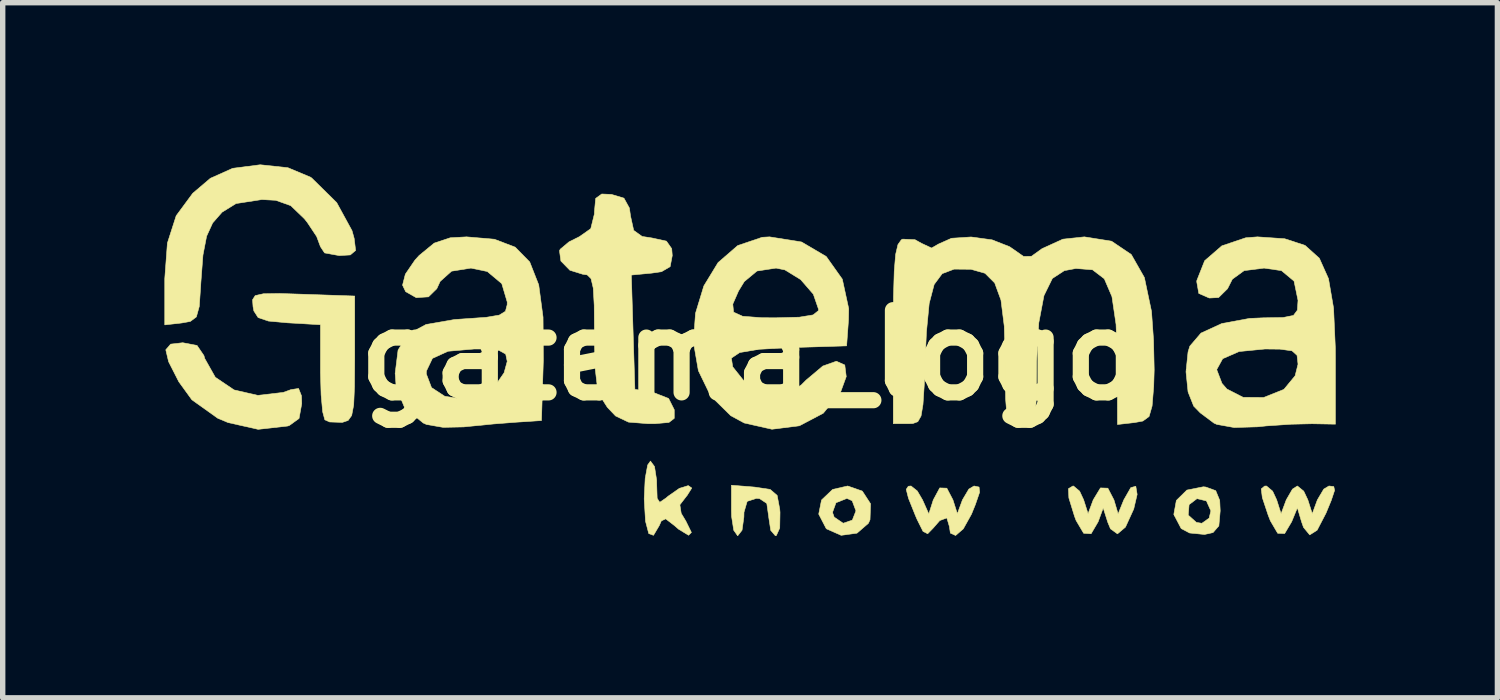
<source format=kicad_pcb>
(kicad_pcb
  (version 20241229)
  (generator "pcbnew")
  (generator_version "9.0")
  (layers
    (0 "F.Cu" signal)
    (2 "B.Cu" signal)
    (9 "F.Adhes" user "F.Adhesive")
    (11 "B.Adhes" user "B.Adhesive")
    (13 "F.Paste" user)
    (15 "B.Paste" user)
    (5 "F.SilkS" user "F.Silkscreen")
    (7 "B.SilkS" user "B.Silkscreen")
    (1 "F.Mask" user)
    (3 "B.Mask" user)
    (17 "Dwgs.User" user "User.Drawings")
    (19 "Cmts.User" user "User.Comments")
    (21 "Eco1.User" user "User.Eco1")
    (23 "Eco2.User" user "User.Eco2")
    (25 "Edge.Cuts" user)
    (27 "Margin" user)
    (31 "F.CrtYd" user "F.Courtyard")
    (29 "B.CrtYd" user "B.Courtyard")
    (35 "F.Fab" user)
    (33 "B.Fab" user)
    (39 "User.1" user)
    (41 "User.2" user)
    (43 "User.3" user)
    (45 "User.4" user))
  (footprint "gatema_logo"
    (layer "F.Cu")
    (at 10.858 3.536)
    (property "Reference" "gatema_logo" (at 0 0 0) (layer "F.SilkS") (effects (font (size 1.524 1.524) (thickness 0.3))))
    (attr through_hole)
    (fp_poly (pts (xy -10.255 -0.181) (xy -10.127 0.007) (xy -10.112 0.061) (xy -9.916 0.409) (xy -9.568 0.644) (xy -9.128 0.745) (xy -8.655 0.69) (xy -8.515 0.639) (xy -8.372 0.617) (xy -8.318 0.753) (xy -8.313 0.898) (xy -8.363 1.173) (xy -8.544 1.304) (xy -8.572 1.313) (xy -9.121 1.375) (xy -9.68 1.249) (xy -9.871 1.169) (xy -10.35 0.827) (xy -10.593 0.492) (xy -10.782 0.12) (xy -10.834 -0.1) (xy -10.744 -0.205) (xy -10.519 -0.231) (xy -10.255 -0.181)) (stroke (width 0.01) (type solid)) (fill yes) (layer "F.SilkS"))
    (fp_poly (pts (xy 2.081 2.52) (xy 2.234 2.755) (xy 2.224 3.05) (xy 2.194 3.117) (xy 1.982 3.3) (xy 1.689 3.34) (xy 1.421 3.222) (xy 1.409 3.21) (xy 1.273 2.947) (xy 1.279 2.915) (xy 1.528 2.915) (xy 1.559 3.002) (xy 1.726 3.116) (xy 1.896 3.058) (xy 1.963 2.886) (xy 1.893 2.699) (xy 1.796 2.655) (xy 1.593 2.736) (xy 1.528 2.915) (xy 1.279 2.915) (xy 1.325 2.685) (xy 1.531 2.489) (xy 1.809 2.425) (xy 2.081 2.52)) (stroke (width 0.01) (type solid)) (fill yes) (layer "F.SilkS"))
    (fp_poly (pts (xy 0.087 2.446) (xy 0.372 2.489) (xy 0.502 2.6) (xy 0.55 2.856) (xy 0.555 2.915) (xy 0.55 3.204) (xy 0.487 3.344) (xy 0.469 3.348) (xy 0.383 3.248) (xy 0.346 3.006) (xy 0.346 3.002) (xy 0.31 2.748) (xy 0.175 2.659) (xy 0.115 2.655) (xy -0.054 2.71) (xy -0.113 2.912) (xy -0.115 3.002) (xy -0.149 3.245) (xy -0.229 3.348) (xy -0.231 3.348) (xy -0.303 3.246) (xy -0.343 2.989) (xy -0.346 2.879) (xy -0.346 2.411) (xy 0.087 2.446)) (stroke (width 0.01) (type solid)) (fill yes) (layer "F.SilkS"))
    (fp_poly (pts (xy 8.451 2.445) (xy 8.634 2.512) (xy 8.708 2.692) (xy 8.717 2.886) (xy 8.692 3.165) (xy 8.584 3.289) (xy 8.427 3.324) (xy 8.15 3.297) (xy 7.994 3.215) (xy 7.863 2.965) (xy 8.124 2.965) (xy 8.275 3.1) (xy 8.377 3.117) (xy 8.512 3.021) (xy 8.544 2.886) (xy 8.461 2.701) (xy 8.286 2.66) (xy 8.14 2.771) (xy 8.124 2.965) (xy 7.863 2.965) (xy 7.857 2.952) (xy 7.904 2.693) (xy 8.099 2.501) (xy 8.405 2.44) (xy 8.451 2.445)) (stroke (width 0.01) (type solid)) (fill yes) (layer "F.SilkS"))
    (fp_poly (pts (xy -8.293 -1.13) (xy -7.331 -1.097) (xy -7.331 0.058) (xy -7.335 0.584) (xy -7.35 0.923) (xy -7.387 1.117) (xy -7.453 1.21) (xy -7.557 1.245) (xy -7.567 1.246) (xy -7.796 1.238) (xy -7.885 1.198) (xy -7.925 1.05) (xy -7.954 0.736) (xy -7.966 0.321) (xy -7.966 0.275) (xy -7.966 -0.565) (xy -8.572 -0.6) (xy -8.932 -0.633) (xy -9.122 -0.698) (xy -9.201 -0.821) (xy -9.216 -0.9) (xy -9.225 -1.028) (xy -9.176 -1.105) (xy -9.025 -1.139) (xy -8.728 -1.144) (xy -8.293 -1.13)) (stroke (width 0.01) (type solid)) (fill yes) (layer "F.SilkS"))
    (fp_poly (pts (xy 6.11 2.521) (xy 6.185 2.682) (xy 6.267 2.94) (xy 6.363 2.682) (xy 6.497 2.461) (xy 6.634 2.466) (xy 6.747 2.684) (xy 6.824 2.944) (xy 6.929 2.684) (xy 7.059 2.456) (xy 7.152 2.43) (xy 7.177 2.581) (xy 7.114 2.851) (xy 6.96 3.188) (xy 6.812 3.313) (xy 6.683 3.22) (xy 6.632 3.097) (xy 6.548 2.832) (xy 6.453 3.09) (xy 6.323 3.311) (xy 6.185 3.302) (xy 6.045 3.065) (xy 6.015 2.985) (xy 5.911 2.647) (xy 5.903 2.475) (xy 5.987 2.425) (xy 5.996 2.425) (xy 6.11 2.521)) (stroke (width 0.01) (type solid)) (fill yes) (layer "F.SilkS"))
    (fp_poly (pts (xy -1.772 2.065) (xy -1.733 2.316) (xy -1.732 2.385) (xy -1.723 2.654) (xy -1.675 2.728) (xy -1.554 2.645) (xy -1.521 2.616) (xy -1.311 2.469) (xy -1.146 2.418) (xy -1.081 2.463) (xy -1.169 2.603) (xy -1.179 2.614) (xy -1.302 2.774) (xy -1.277 2.933) (xy -1.191 3.076) (xy -1.088 3.286) (xy -1.14 3.339) (xy -1.326 3.226) (xy -1.403 3.159) (xy -1.565 3.034) (xy -1.646 3.073) (xy -1.684 3.159) (xy -1.791 3.34) (xy -1.879 3.307) (xy -1.939 3.078) (xy -1.963 2.67) (xy -1.963 2.655) (xy -1.945 2.286) (xy -1.899 2.036) (xy -1.847 1.963) (xy -1.772 2.065)) (stroke (width 0.01) (type solid)) (fill yes) (layer "F.SilkS"))
    (fp_poly (pts (xy 4.246 2.445) (xy 4.256 2.541) (xy 4.178 2.768) (xy 4.105 2.948) (xy 3.954 3.219) (xy 3.811 3.343) (xy 3.714 3.299) (xy 3.695 3.175) (xy 3.648 3.017) (xy 3.517 3.066) (xy 3.397 3.204) (xy 3.293 3.311) (xy 3.207 3.267) (xy 3.095 3.042) (xy 3.067 2.977) (xy 2.937 2.653) (xy 2.895 2.488) (xy 2.934 2.43) (xy 2.984 2.425) (xy 3.1 2.517) (xy 3.198 2.684) (xy 3.314 2.944) (xy 3.397 2.684) (xy 3.517 2.461) (xy 3.648 2.466) (xy 3.761 2.682) (xy 3.843 2.94) (xy 3.938 2.682) (xy 4.056 2.483) (xy 4.153 2.425) (xy 4.246 2.445)) (stroke (width 0.01) (type solid)) (fill yes) (layer "F.SilkS"))
    (fp_poly (pts (xy 10.823 2.436) (xy 10.838 2.507) (xy 10.775 2.695) (xy 10.678 2.93) (xy 10.514 3.245) (xy 10.377 3.332) (xy 10.262 3.193) (xy 10.225 3.088) (xy 10.148 2.829) (xy 10.042 3.088) (xy 9.912 3.307) (xy 9.783 3.302) (xy 9.647 3.07) (xy 9.606 2.965) (xy 9.498 2.641) (xy 9.478 2.479) (xy 9.541 2.427) (xy 9.575 2.425) (xy 9.689 2.521) (xy 9.764 2.682) (xy 9.846 2.94) (xy 9.942 2.682) (xy 10.057 2.483) (xy 10.148 2.425) (xy 10.266 2.521) (xy 10.342 2.682) (xy 10.424 2.94) (xy 10.519 2.682) (xy 10.637 2.483) (xy 10.734 2.425) (xy 10.823 2.436)) (stroke (width 0.01) (type solid)) (fill yes) (layer "F.SilkS"))
    (fp_poly (pts (xy -8.569 -3.476) (xy -8.149 -3.3) (xy -8.126 -3.283) (xy -7.665 -2.829) (xy -7.381 -2.309) (xy -7.341 -2.165) (xy -7.314 -1.942) (xy -7.413 -1.859) (xy -7.618 -1.847) (xy -7.889 -1.896) (xy -7.966 -2.012) (xy -8.036 -2.2) (xy -8.21 -2.462) (xy -8.265 -2.531) (xy -8.517 -2.773) (xy -8.795 -2.872) (xy -9.052 -2.886) (xy -9.531 -2.812) (xy -9.79 -2.652) (xy -9.965 -2.452) (xy -10.077 -2.207) (xy -10.145 -1.856) (xy -10.184 -1.34) (xy -10.188 -1.27) (xy -10.213 -0.905) (xy -10.267 -0.71) (xy -10.379 -0.626) (xy -10.535 -0.598) (xy -10.853 -0.562) (xy -10.853 -1.418) (xy -10.804 -2.079) (xy -10.641 -2.586) (xy -10.334 -3.002) (xy -10.007 -3.28) (xy -9.594 -3.465) (xy -9.083 -3.531) (xy -8.569 -3.476)) (stroke (width 0.01) (type solid)) (fill yes) (layer "F.SilkS"))
    (fp_poly (pts (xy -2.569 -2.981) (xy -2.339 -2.912) (xy -2.238 -2.729) (xy -2.216 -2.576) (xy -2.158 -2.314) (xy -2.002 -2.202) (xy -1.812 -2.172) (xy -1.551 -2.115) (xy -1.453 -1.975) (xy -1.443 -1.847) (xy -1.482 -1.642) (xy -1.643 -1.548) (xy -1.823 -1.522) (xy -2.202 -1.486) (xy -2.169 -0.426) (xy -2.136 0.633) (xy -1.79 0.693) (xy -1.511 0.802) (xy -1.406 1.011) (xy -1.406 1.171) (xy -1.505 1.247) (xy -1.758 1.269) (xy -1.889 1.27) (xy -2.255 1.241) (xy -2.494 1.127) (xy -2.647 0.966) (xy -2.763 0.784) (xy -2.835 0.561) (xy -2.873 0.24) (xy -2.886 -0.237) (xy -2.886 -0.42) (xy -2.89 -0.926) (xy -2.908 -1.245) (xy -2.949 -1.419) (xy -3.02 -1.489) (xy -3.103 -1.501) (xy -3.341 -1.575) (xy -3.508 -1.746) (xy -3.534 -1.937) (xy -3.52 -1.965) (xy -3.358 -2.101) (xy -3.164 -2.198) (xy -2.954 -2.346) (xy -2.887 -2.617) (xy -2.886 -2.66) (xy -2.863 -2.907) (xy -2.75 -2.989) (xy -2.569 -2.981)) (stroke (width 0.01) (type solid)) (fill yes) (layer "F.SilkS"))
    (fp_poly (pts (xy 0.955 -2.099) (xy 1.412 -1.83) (xy 1.71 -1.41) (xy 1.829 -0.862) (xy 1.825 -0.657) (xy 1.79 -0.173) (xy 0.722 -0.14) (xy 0.158 -0.109) (xy -0.193 -0.049) (xy -0.347 0.054) (xy -0.322 0.216) (xy -0.136 0.45) (xy -0.063 0.525) (xy 0.275 0.76) (xy 0.607 0.769) (xy 0.95 0.551) (xy 1.039 0.462) (xy 1.349 0.201) (xy 1.6 0.112) (xy 1.756 0.182) (xy 1.783 0.397) (xy 1.677 0.687) (xy 1.357 1.076) (xy 0.914 1.309) (xy 0.406 1.373) (xy -0.109 1.257) (xy -0.358 1.122) (xy -0.732 0.754) (xy -0.959 0.286) (xy -1.05 -0.239) (xy -1.012 -0.777) (xy -0.96 -0.947) (xy -0.321 -0.947) (xy -0.306 -0.798) (xy -0.139 -0.722) (xy 0.212 -0.695) (xy 0.462 -0.693) (xy 0.913 -0.705) (xy 1.169 -0.747) (xy 1.266 -0.825) (xy 1.27 -0.85) (xy 1.173 -1.131) (xy 0.938 -1.402) (xy 0.645 -1.582) (xy 0.482 -1.615) (xy 0.128 -1.561) (xy -0.108 -1.365) (xy -0.214 -1.191) (xy -0.321 -0.947) (xy -0.96 -0.947) (xy -0.857 -1.285) (xy -0.593 -1.718) (xy -0.229 -2.033) (xy 0.223 -2.186) (xy 0.361 -2.194) (xy 0.955 -2.099)) (stroke (width 0.01) (type solid)) (fill yes) (layer "F.SilkS"))
    (fp_poly (pts (xy -4.74 -2.15) (xy -4.355 -2.003) (xy -4.086 -1.729) (xy -3.919 -1.304) (xy -3.839 -0.705) (xy -3.833 0.093) (xy -3.835 0.144) (xy -3.868 1.212) (xy -4.33 1.242) (xy -4.756 1.275) (xy -5.223 1.321) (xy -5.311 1.33) (xy -5.691 1.338) (xy -5.999 1.285) (xy -6.061 1.257) (xy -6.405 0.974) (xy -6.562 0.595) (xy -6.58 0.346) (xy -6.004 0.346) (xy -5.907 0.601) (xy -5.662 0.761) (xy -5.336 0.814) (xy -4.995 0.747) (xy -4.734 0.577) (xy -4.561 0.326) (xy -4.503 0.115) (xy -4.531 -0.02) (xy -4.654 -0.089) (xy -4.927 -0.114) (xy -5.115 -0.115) (xy -5.601 -0.073) (xy -5.89 0.059) (xy -6.001 0.292) (xy -6.004 0.346) (xy -6.58 0.346) (xy -6.581 0.337) (xy -6.527 -0.095) (xy -6.345 -0.389) (xy -6.007 -0.57) (xy -5.482 -0.661) (xy -5.325 -0.672) (xy -4.897 -0.702) (xy -4.651 -0.743) (xy -4.536 -0.814) (xy -4.504 -0.935) (xy -4.503 -0.986) (xy -4.604 -1.327) (xy -4.873 -1.552) (xy -5.175 -1.615) (xy -5.535 -1.558) (xy -5.747 -1.368) (xy -5.809 -1.233) (xy -5.963 -1.082) (xy -6.19 -1.067) (xy -6.386 -1.178) (xy -6.444 -1.299) (xy -6.392 -1.502) (xy -6.214 -1.763) (xy -6.137 -1.848) (xy -5.857 -2.078) (xy -5.56 -2.177) (xy -5.256 -2.194) (xy -4.74 -2.15)) (stroke (width 0.01) (type solid)) (fill yes) (layer "F.SilkS"))
    (fp_poly (pts (xy 9.914 -2.159) (xy 10.29 -2.036) (xy 10.555 -1.798) (xy 10.725 -1.419) (xy 10.819 -0.872) (xy 10.852 -0.13) (xy 10.853 0.059) (xy 10.853 1.279) (xy 10.42 1.271) (xy 10.032 1.28) (xy 9.572 1.311) (xy 9.41 1.328) (xy 8.976 1.341) (xy 8.654 1.283) (xy 8.601 1.259) (xy 8.347 1.069) (xy 8.226 0.945) (xy 8.121 0.681) (xy 8.083 0.308) (xy 8.087 0.267) (xy 8.652 0.267) (xy 8.75 0.523) (xy 8.841 0.627) (xy 9.141 0.781) (xy 9.523 0.784) (xy 9.891 0.637) (xy 9.903 0.628) (xy 10.106 0.382) (xy 10.16 0.167) (xy 10.142 0.003) (xy 10.049 -0.081) (xy 9.824 -0.112) (xy 9.548 -0.115) (xy 9.067 -0.068) (xy 8.763 0.065) (xy 8.652 0.267) (xy 8.087 0.267) (xy 8.121 -0.061) (xy 8.154 -0.168) (xy 8.361 -0.41) (xy 8.747 -0.587) (xy 9.261 -0.682) (xy 9.519 -0.693) (xy 9.884 -0.699) (xy 10.075 -0.737) (xy 10.148 -0.835) (xy 10.16 -1.016) (xy 10.086 -1.374) (xy 9.853 -1.568) (xy 9.531 -1.615) (xy 9.16 -1.568) (xy 8.942 -1.409) (xy 8.853 -1.233) (xy 8.687 -1.069) (xy 8.515 -1.06) (xy 8.32 -1.145) (xy 8.282 -1.362) (xy 8.284 -1.386) (xy 8.429 -1.752) (xy 8.748 -2.028) (xy 9.19 -2.177) (xy 9.408 -2.194) (xy 9.914 -2.159)) (stroke (width 0.01) (type solid)) (fill yes) (layer "F.SilkS"))
    (fp_poly (pts (xy 6.702 -2.114) (xy 7.068 -1.867) (xy 7.311 -1.44) (xy 7.442 -0.817) (xy 7.444 -0.8) (xy 7.481 -0.276) (xy 7.493 0.273) (xy 7.484 0.577) (xy 7.454 0.943) (xy 7.398 1.137) (xy 7.283 1.221) (xy 7.129 1.249) (xy 6.812 1.285) (xy 6.81 0.152) (xy 6.786 -0.57) (xy 6.71 -1.086) (xy 6.568 -1.417) (xy 6.349 -1.584) (xy 6.041 -1.608) (xy 5.827 -1.568) (xy 5.605 -1.423) (xy 5.449 -1.105) (xy 5.353 -0.599) (xy 5.313 0.112) (xy 5.312 0.318) (xy 5.308 0.784) (xy 5.29 1.066) (xy 5.243 1.211) (xy 5.153 1.263) (xy 5.022 1.27) (xy 4.89 1.263) (xy 4.806 1.212) (xy 4.759 1.076) (xy 4.738 0.811) (xy 4.732 0.374) (xy 4.732 0.144) (xy 4.713 -0.538) (xy 4.652 -1.022) (xy 4.536 -1.339) (xy 4.356 -1.519) (xy 4.099 -1.592) (xy 4.096 -1.593) (xy 3.784 -1.596) (xy 3.562 -1.512) (xy 3.413 -1.311) (xy 3.321 -0.961) (xy 3.27 -0.43) (xy 3.251 -0.011) (xy 3.23 0.546) (xy 3.206 0.913) (xy 3.17 1.128) (xy 3.11 1.233) (xy 3.018 1.267) (xy 2.931 1.27) (xy 2.655 1.27) (xy 2.655 -0.408) (xy 2.659 -1.081) (xy 2.673 -1.557) (xy 2.699 -1.869) (xy 2.742 -2.052) (xy 2.804 -2.139) (xy 2.83 -2.152) (xy 3.057 -2.142) (xy 3.181 -2.073) (xy 3.366 -1.987) (xy 3.492 -2.06) (xy 3.734 -2.168) (xy 4.097 -2.192) (xy 4.487 -2.139) (xy 4.811 -2.012) (xy 4.865 -1.975) (xy 5.071 -1.831) (xy 5.217 -1.834) (xy 5.413 -1.975) (xy 5.799 -2.151) (xy 6.198 -2.194) (xy 6.702 -2.114)) (stroke (width 0.01) (type solid)) (fill yes) (layer "F.SilkS")))
  (gr_rect
    (start -3 -3)
    (end 24.715 9.889)
    (stroke (width 0.1) (type default))
    (fill no)
    (layer "Edge.Cuts")))
</source>
